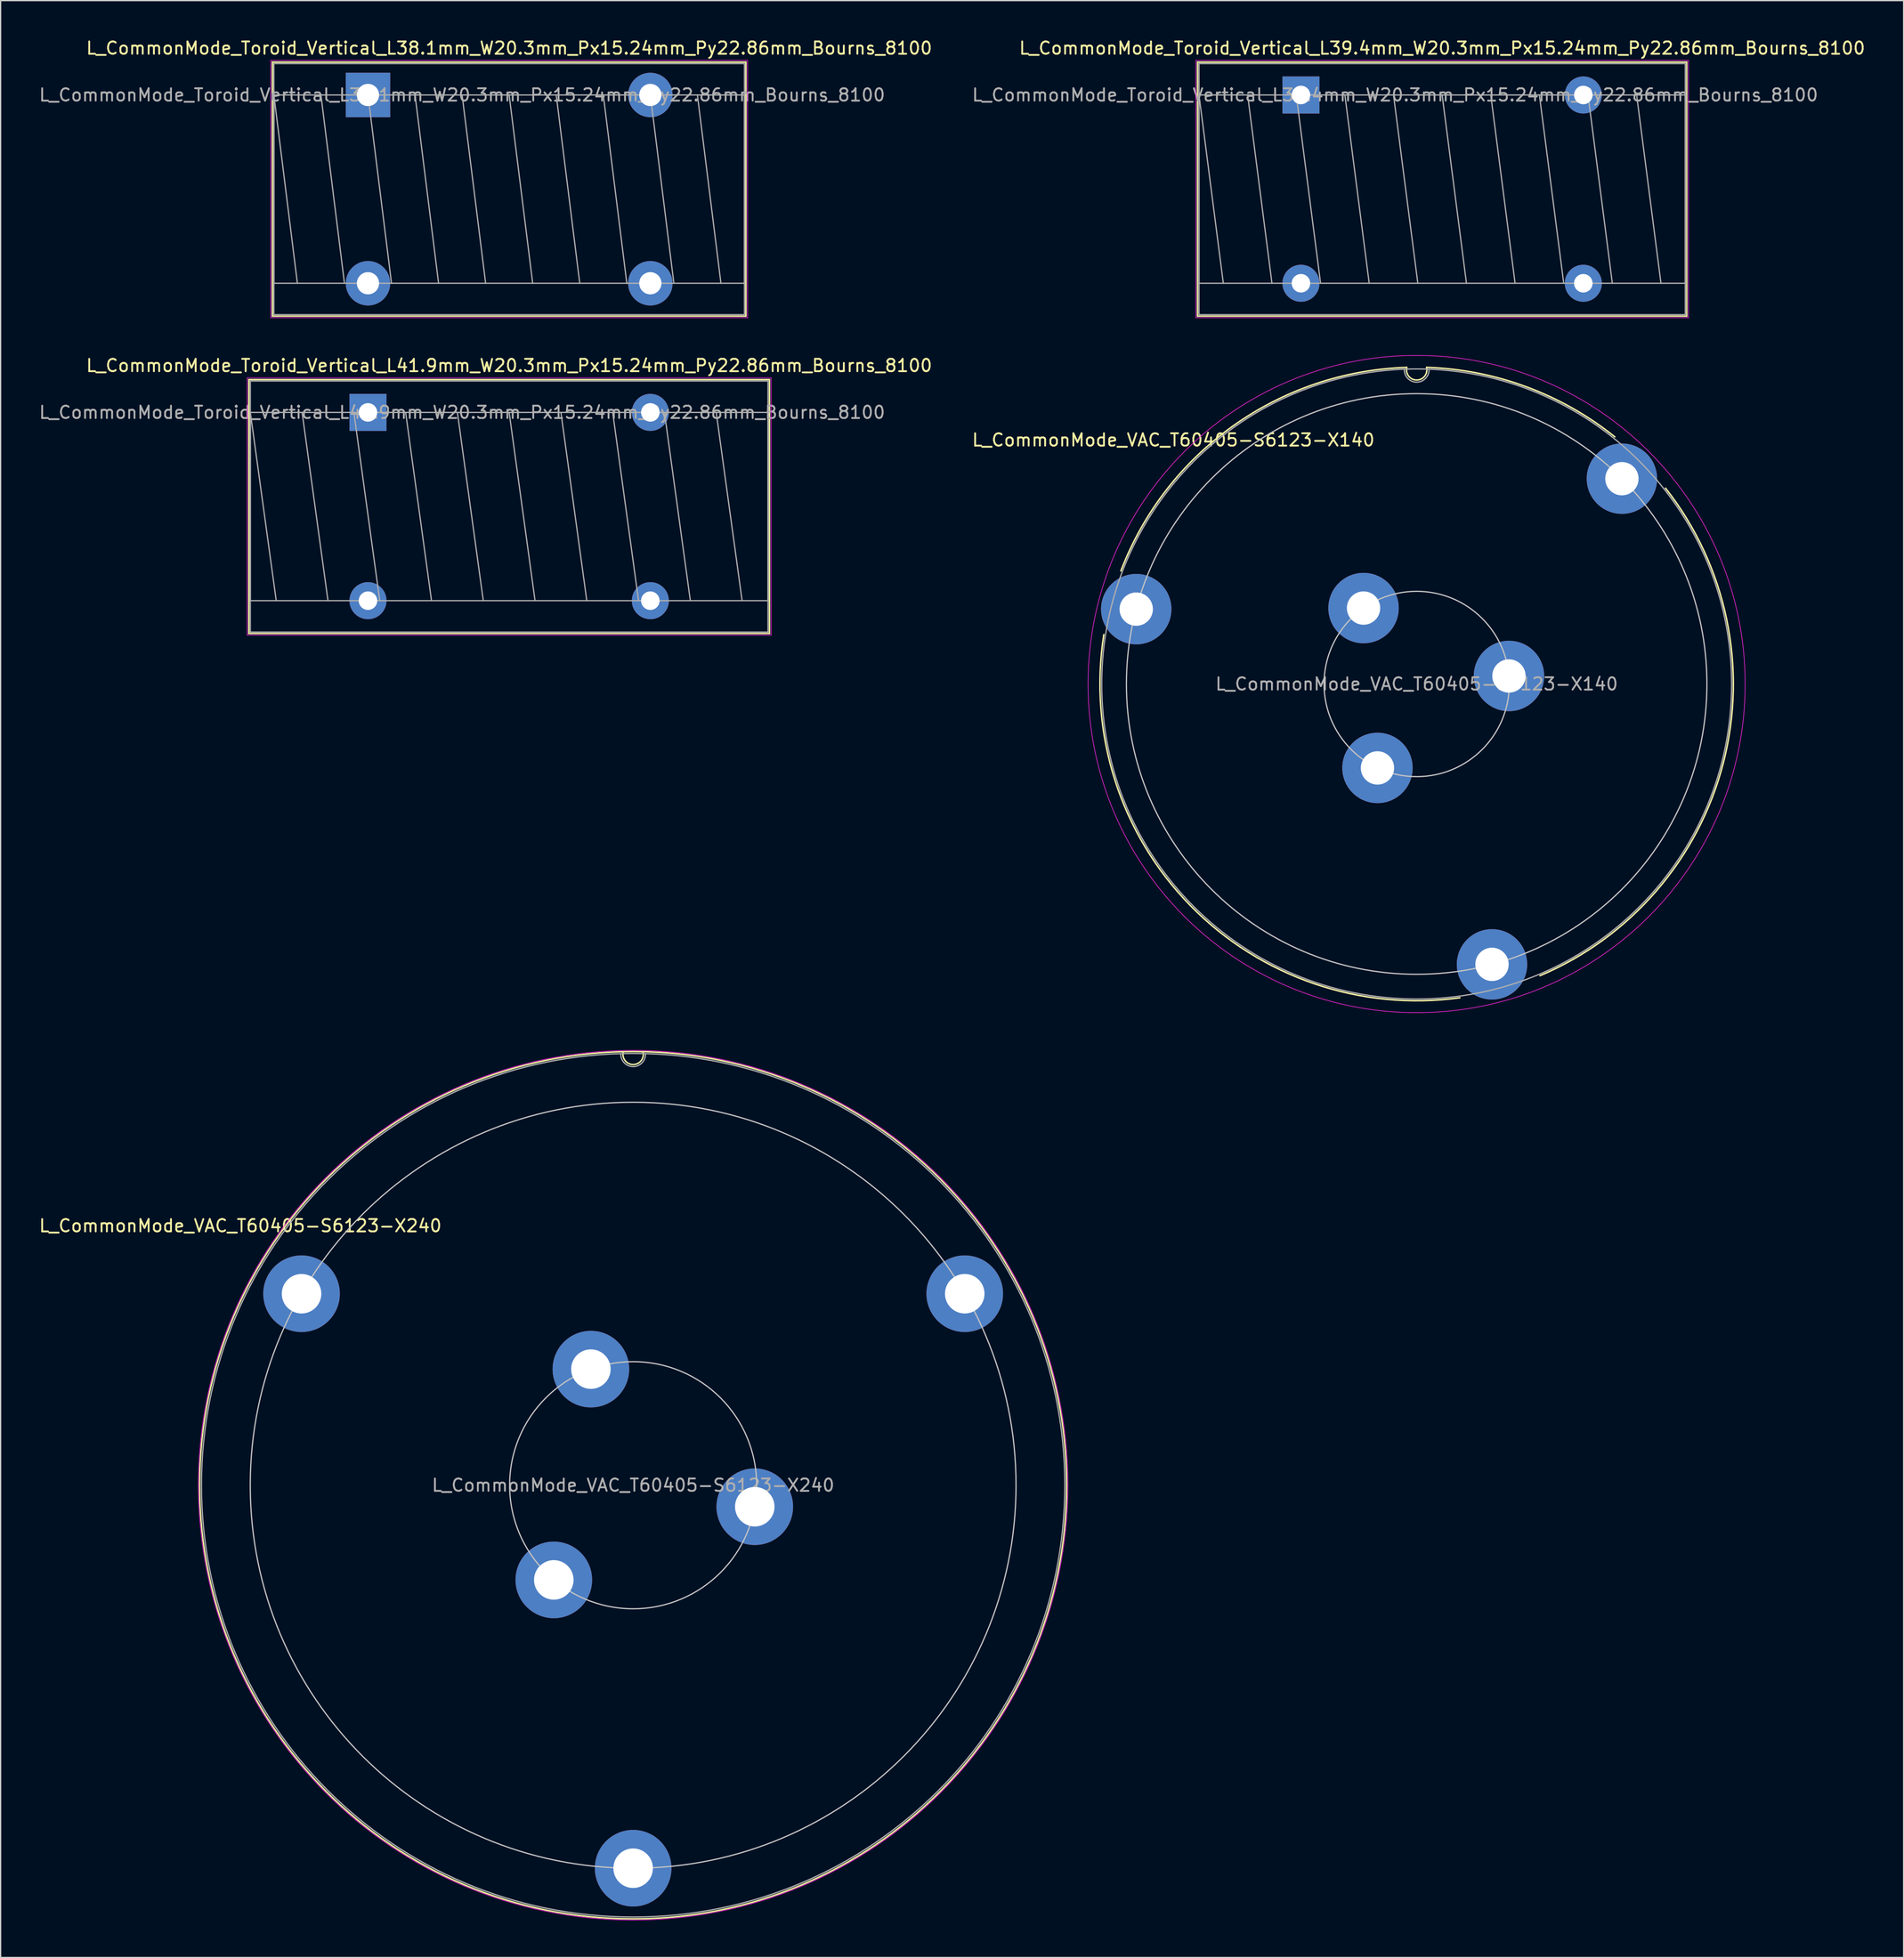
<source format=kicad_pcb>
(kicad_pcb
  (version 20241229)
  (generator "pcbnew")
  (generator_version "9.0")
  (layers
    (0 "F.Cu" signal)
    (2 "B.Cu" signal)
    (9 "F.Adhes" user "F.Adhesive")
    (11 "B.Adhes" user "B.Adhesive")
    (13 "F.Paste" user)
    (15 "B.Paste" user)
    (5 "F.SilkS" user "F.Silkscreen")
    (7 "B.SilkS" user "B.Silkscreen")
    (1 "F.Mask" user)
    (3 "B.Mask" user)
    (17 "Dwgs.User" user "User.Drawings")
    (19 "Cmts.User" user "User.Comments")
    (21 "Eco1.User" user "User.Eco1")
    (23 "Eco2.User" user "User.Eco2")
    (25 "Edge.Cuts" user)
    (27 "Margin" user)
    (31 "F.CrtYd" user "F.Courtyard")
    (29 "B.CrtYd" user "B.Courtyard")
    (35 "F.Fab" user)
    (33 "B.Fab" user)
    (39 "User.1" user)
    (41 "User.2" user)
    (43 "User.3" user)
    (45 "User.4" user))
  (footprint "L_CommonMode_Toroid_Vertical_L38.1mm_W20.3mm_Px15.24mm_Py22.86mm_Bourns_8100"
    (layer "F.Cu")
    (at 26.743 4.638)
    (property "Reference" "L_CommonMode_Toroid_Vertical_L38.1mm_W20.3mm_Px15.24mm_Py22.86mm_Bourns_8100" (at 11.43 -3.79 0) (layer "F.SilkS") (effects (font (size 1 1) (thickness 0.15))))
    (attr through_hole)
    (fp_line (start -7.74 -2.66) (end -7.74 17.9) (stroke (width 0.12) (type solid)) (layer "F.SilkS"))
    (fp_line (start -7.74 -2.66) (end 30.6 -2.66) (stroke (width 0.12) (type solid)) (layer "F.SilkS"))
    (fp_line (start -7.74 17.9) (end 30.6 17.9) (stroke (width 0.12) (type solid)) (layer "F.SilkS"))
    (fp_line (start 30.6 -2.66) (end 30.6 17.9) (stroke (width 0.12) (type solid)) (layer "F.SilkS"))
    (fp_line (start -7.87 -2.8) (end -7.87 18.03) (stroke (width 0.05) (type solid)) (layer "F.CrtYd"))
    (fp_line (start -7.87 18.03) (end 30.73 18.03) (stroke (width 0.05) (type solid)) (layer "F.CrtYd"))
    (fp_line (start 30.73 -2.8) (end -7.87 -2.8) (stroke (width 0.05) (type solid)) (layer "F.CrtYd"))
    (fp_line (start 30.73 18.03) (end 30.73 -2.8) (stroke (width 0.05) (type solid)) (layer "F.CrtYd"))
    (fp_line (start -7.62 -2.54) (end -7.62 17.78) (stroke (width 0.1) (type solid)) (layer "F.Fab"))
    (fp_line (start -7.62 0) (end -7.62 15.24) (stroke (width 0.1) (type solid)) (layer "F.Fab"))
    (fp_line (start -7.62 0) (end -5.715 15.24) (stroke (width 0.1) (type solid)) (layer "F.Fab"))
    (fp_line (start -7.62 15.24) (end 30.48 15.24) (stroke (width 0.1) (type solid)) (layer "F.Fab"))
    (fp_line (start -7.62 17.78) (end 30.48 17.78) (stroke (width 0.1) (type solid)) (layer "F.Fab"))
    (fp_line (start -3.81 0) (end -1.905 15.24) (stroke (width 0.1) (type solid)) (layer "F.Fab"))
    (fp_line (start 0 0) (end 1.905 15.24) (stroke (width 0.1) (type solid)) (layer "F.Fab"))
    (fp_line (start 3.81 0) (end 5.715 15.24) (stroke (width 0.1) (type solid)) (layer "F.Fab"))
    (fp_line (start 7.62 0) (end 9.525 15.24) (stroke (width 0.1) (type solid)) (layer "F.Fab"))
    (fp_line (start 11.43 0) (end 13.335 15.24) (stroke (width 0.1) (type solid)) (layer "F.Fab"))
    (fp_line (start 15.24 0) (end 17.145 15.24) (stroke (width 0.1) (type solid)) (layer "F.Fab"))
    (fp_line (start 19.05 0) (end 20.955 15.24) (stroke (width 0.1) (type solid)) (layer "F.Fab"))
    (fp_line (start 22.86 0) (end 24.765 15.24) (stroke (width 0.1) (type solid)) (layer "F.Fab"))
    (fp_line (start 26.67 0) (end 28.575 15.24) (stroke (width 0.1) (type solid)) (layer "F.Fab"))
    (fp_line (start 30.48 -2.54) (end -7.62 -2.54) (stroke (width 0.1) (type solid)) (layer "F.Fab"))
    (fp_line (start 30.48 0) (end -7.62 0) (stroke (width 0.1) (type solid)) (layer "F.Fab"))
    (fp_line (start 30.48 15.24) (end 30.48 0) (stroke (width 0.1) (type solid)) (layer "F.Fab"))
    (fp_line (start 30.48 17.78) (end 30.48 -2.54) (stroke (width 0.1) (type solid)) (layer "F.Fab"))
    (fp_text user "${REFERENCE}" (at 7.62 0 0) (layer "F.Fab") (effects (font (size 1 1) (thickness 0.15))))
    (pad "1" thru_hole rect (at 0 0) (size 3.6 3.6) (drill 1.8) (layers "*.Cu" "*.Mask"))
    (pad "2" thru_hole circle (at 0 15.24) (size 3.6 3.6) (drill 1.8) (layers "*.Cu" "*.Mask"))
    (pad "3" thru_hole circle (at 22.86 15.24) (size 3.6 3.6) (drill 1.8) (layers "*.Cu" "*.Mask"))
    (pad "4" thru_hole circle (at 22.86 0) (size 3.6 3.6) (drill 1.8) (layers "*.Cu" "*.Mask")))
  (footprint "L_CommonMode_VAC_T60405-S6123-X240"
    (layer "F.Cu")
    (at 21.364 101.668)
    (property "Reference" "L_CommonMode_VAC_T60405-S6123-X240" (at -4.953 -5.5 0) (unlocked yes) (layer "F.SilkS") (effects (font (size 1 1) (thickness 0.15))))
    (attr through_hole)
    (fp_arc (start 27.646929 -19.582912) (mid 26.846929 -18.550244) (end 26.046929 -19.582912) (stroke (width 0.12) (type solid)) (layer "F.SilkS"))
    (fp_circle (center 26.847 15.5) (end 61.947 15.5) (stroke (width 0.12) (type solid)) (fill no) (layer "F.SilkS"))
    (fp_circle (center 26.847 15.5) (end 36.847 15.5) (stroke (width 0.1) (type solid)) (fill no) (layer "Dwgs.User"))
    (fp_circle (center 26.847 15.5) (end 57.847 15.5) (stroke (width 0.1) (type solid)) (fill no) (layer "Dwgs.User"))
    (fp_circle (center 26.847 15.5) (end 62.047 15.5) (stroke (width 0.05) (type solid)) (fill no) (layer "F.CrtYd"))
    (fp_arc (start 27.846929 -19.382912) (mid 26.846929 -18.382912) (end 25.846929 -19.382912) (stroke (width 0.1) (type solid)) (layer "F.Fab"))
    (fp_circle (center 26.847 15.5) (end 61.797 15.5) (stroke (width 0.1) (type solid)) (fill no) (layer "F.Fab"))
    (fp_text user "${REFERENCE}" (at 26.847 15.5 0) (unlocked yes) (layer "F.Fab") (effects (font (size 1 1) (thickness 0.15))))
    (pad "1" thru_hole circle (at 0 0) (size 6.2 6.2) (drill 3.2) (layers "*.Cu" "*.Mask"))
    (pad "2" thru_hole circle (at 20.423 23.163) (size 6.2 6.2) (drill 3.2) (layers "*.Cu" "*.Mask"))
    (pad "3" thru_hole circle (at 26.847 46.5) (size 6.2 6.2) (drill 3.2) (layers "*.Cu" "*.Mask"))
    (pad "4" thru_hole circle (at 36.694 17.24) (size 6.2 6.2) (drill 3.2) (layers "*.Cu" "*.Mask"))
    (pad "5" thru_hole circle (at 53.694 -0.00036) (size 6.2 6.2) (drill 3.2) (layers "*.Cu" "*.Mask"))
    (pad "6" thru_hole circle (at 23.426 6.103) (size 6.2 6.2) (drill 3.2) (layers "*.Cu" "*.Mask")))
  (footprint "L_CommonMode_Toroid_Vertical_L41.9mm_W20.3mm_Px15.24mm_Py22.86mm_Bourns_8100"
    (layer "F.Cu")
    (at 26.743 30.331)
    (property "Reference" "L_CommonMode_Toroid_Vertical_L41.9mm_W20.3mm_Px15.24mm_Py22.86mm_Bourns_8100" (at 11.43 -3.79 0) (layer "F.SilkS") (effects (font (size 1 1) (thickness 0.15))))
    (attr through_hole)
    (fp_line (start -9.645 -2.66) (end -9.645 17.9) (stroke (width 0.12) (type solid)) (layer "F.SilkS"))
    (fp_line (start -9.645 -2.66) (end 32.505 -2.66) (stroke (width 0.12) (type solid)) (layer "F.SilkS"))
    (fp_line (start -9.645 17.9) (end 32.505 17.9) (stroke (width 0.12) (type solid)) (layer "F.SilkS"))
    (fp_line (start 32.505 -2.66) (end 32.505 17.9) (stroke (width 0.12) (type solid)) (layer "F.SilkS"))
    (fp_line (start -9.78 -2.8) (end -9.78 18.03) (stroke (width 0.05) (type solid)) (layer "F.CrtYd"))
    (fp_line (start -9.78 18.03) (end 32.64 18.03) (stroke (width 0.05) (type solid)) (layer "F.CrtYd"))
    (fp_line (start 32.64 -2.8) (end -9.78 -2.8) (stroke (width 0.05) (type solid)) (layer "F.CrtYd"))
    (fp_line (start 32.64 18.03) (end 32.64 -2.8) (stroke (width 0.05) (type solid)) (layer "F.CrtYd"))
    (fp_line (start -9.525 -2.54) (end -9.525 17.78) (stroke (width 0.1) (type solid)) (layer "F.Fab"))
    (fp_line (start -9.525 0) (end -9.525 15.24) (stroke (width 0.1) (type solid)) (layer "F.Fab"))
    (fp_line (start -9.525 0) (end -7.429 15.24) (stroke (width 0.1) (type solid)) (layer "F.Fab"))
    (fp_line (start -9.525 15.24) (end 32.385 15.24) (stroke (width 0.1) (type solid)) (layer "F.Fab"))
    (fp_line (start -9.525 17.78) (end 32.385 17.78) (stroke (width 0.1) (type solid)) (layer "F.Fab"))
    (fp_line (start -5.334 0) (end -3.239 15.24) (stroke (width 0.1) (type solid)) (layer "F.Fab"))
    (fp_line (start -1.143 0) (end 0.953 15.24) (stroke (width 0.1) (type solid)) (layer "F.Fab"))
    (fp_line (start 3.048 0) (end 5.144 15.24) (stroke (width 0.1) (type solid)) (layer "F.Fab"))
    (fp_line (start 7.239 0) (end 9.335 15.24) (stroke (width 0.1) (type solid)) (layer "F.Fab"))
    (fp_line (start 11.43 0) (end 13.525 15.24) (stroke (width 0.1) (type solid)) (layer "F.Fab"))
    (fp_line (start 15.621 0) (end 17.716 15.24) (stroke (width 0.1) (type solid)) (layer "F.Fab"))
    (fp_line (start 19.812 0) (end 21.907 15.24) (stroke (width 0.1) (type solid)) (layer "F.Fab"))
    (fp_line (start 24.003 0) (end 26.099 15.24) (stroke (width 0.1) (type solid)) (layer "F.Fab"))
    (fp_line (start 28.194 0) (end 30.29 15.24) (stroke (width 0.1) (type solid)) (layer "F.Fab"))
    (fp_line (start 32.385 -2.54) (end -9.525 -2.54) (stroke (width 0.1) (type solid)) (layer "F.Fab"))
    (fp_line (start 32.385 0) (end -9.525 0) (stroke (width 0.1) (type solid)) (layer "F.Fab"))
    (fp_line (start 32.385 15.24) (end 32.385 0) (stroke (width 0.1) (type solid)) (layer "F.Fab"))
    (fp_line (start 32.385 17.78) (end 32.385 -2.54) (stroke (width 0.1) (type solid)) (layer "F.Fab"))
    (fp_text user "${REFERENCE}" (at 7.62 0 0) (layer "F.Fab") (effects (font (size 1 1) (thickness 0.15))))
    (pad "1" thru_hole rect (at 0 0) (size 3 3) (drill 1.5) (layers "*.Cu" "*.Mask"))
    (pad "2" thru_hole circle (at 0 15.24) (size 3 3) (drill 1.5) (layers "*.Cu" "*.Mask"))
    (pad "3" thru_hole circle (at 22.86 15.24) (size 3 3) (drill 1.5) (layers "*.Cu" "*.Mask"))
    (pad "4" thru_hole circle (at 22.86 0) (size 3 3) (drill 1.5) (layers "*.Cu" "*.Mask")))
  (footprint "L_CommonMode_VAC_T60405-S6123-X140"
    (layer "F.Cu")
    (at 108.473 59.108)
    (property "Reference" "L_CommonMode_VAC_T60405-S6123-X140" (at -16.526 -26.545 0) (unlocked yes) (layer "F.SilkS") (effects (font (size 1 1) (thickness 0.15))))
    (attr through_hole)
    (fp_arc (start -20.775644 -15.945104) (mid -11.691819 -27.683423) (end 2.374439 -32.420973) (stroke (width 0.12) (type solid)) (layer "F.SilkS"))
    (fp_arc (start 3.974355 -32.423677) (mid 3.174355 -31.395104) (end 2.374355 -32.423677) (stroke (width 0.12) (type solid)) (layer "F.SilkS"))
    (fp_arc (start 3.974355 -32.423677) (mid 12.053064 -30.84988) (end 19.216948 -26.797578) (stroke (width 0.12) (type solid)) (layer "F.SilkS"))
    (fp_arc (start 6.674355 18.604896) (mid -15.133479 11.157072) (end -22.154755 -10.791809) (stroke (width 0.12) (type solid)) (layer "F.SilkS"))
    (fp_arc (start 23.324355 -22.645104) (mid 28.000638 -0.399745) (end 13.158587 16.817604) (stroke (width 0.12) (type solid)) (layer "F.SilkS"))
    (fp_circle (center 3.174 -6.795) (end 10.674 -6.795) (stroke (width 0.1) (type solid)) (fill no) (layer "Dwgs.User"))
    (fp_circle (center 3.174 -6.795) (end 26.674 -6.795) (stroke (width 0.1) (type solid)) (fill no) (layer "Dwgs.User"))
    (fp_circle (center 3.17 -6.79) (end 29.77 -6.79) (stroke (width 0.05) (type solid)) (fill no) (layer "F.CrtYd"))
    (fp_arc (start 4.174355 -32.223677) (mid 3.174355 -31.223677) (end 2.174355 -32.223677) (stroke (width 0.1) (type solid)) (layer "F.Fab"))
    (fp_circle (center 3.174 -6.795) (end 28.674 -6.795) (stroke (width 0.1) (type solid)) (fill no) (layer "F.Fab"))
    (fp_text user "${REFERENCE}" (at 3.174 -6.795 0) (unlocked yes) (layer "F.Fab") (effects (font (size 1 1) (thickness 0.15))))
    (pad "1" thru_hole circle (at 0 0) (size 5.7 5.7) (drill 2.7) (layers "*.Cu" "*.Mask"))
    (pad "2" thru_hole circle (at -19.531 -12.853) (size 5.7 5.7) (drill 2.7) (layers "*.Cu" "*.Mask"))
    (pad "3" thru_hole circle (at -1.127 -12.939) (size 5.7 5.7) (drill 2.7) (layers "*.Cu" "*.Mask"))
    (pad "4" thru_hole circle (at 19.791 -23.412) (size 5.7 5.7) (drill 2.7) (layers "*.Cu" "*.Mask"))
    (pad "5" thru_hole circle (at 10.646 -7.443) (size 5.7 5.7) (drill 2.7) (layers "*.Cu" "*.Mask"))
    (pad "6" thru_hole circle (at 9.273 15.9) (size 5.7 5.7) (drill 2.7) (layers "*.Cu" "*.Mask")))
  (footprint "L_CommonMode_Toroid_Vertical_L39.4mm_W20.3mm_Px15.24mm_Py22.86mm_Bourns_8100"
    (layer "F.Cu")
    (at 102.279 4.638)
    (property "Reference" "L_CommonMode_Toroid_Vertical_L39.4mm_W20.3mm_Px15.24mm_Py22.86mm_Bourns_8100" (at 11.43 -3.79 0) (layer "F.SilkS") (effects (font (size 1 1) (thickness 0.15))))
    (attr through_hole)
    (fp_line (start -8.375 -2.66) (end -8.375 17.9) (stroke (width 0.12) (type solid)) (layer "F.SilkS"))
    (fp_line (start -8.375 -2.66) (end 31.235 -2.66) (stroke (width 0.12) (type solid)) (layer "F.SilkS"))
    (fp_line (start -8.375 17.9) (end 31.235 17.9) (stroke (width 0.12) (type solid)) (layer "F.SilkS"))
    (fp_line (start 31.235 -2.66) (end 31.235 17.9) (stroke (width 0.12) (type solid)) (layer "F.SilkS"))
    (fp_line (start -8.51 -2.8) (end -8.51 18.03) (stroke (width 0.05) (type solid)) (layer "F.CrtYd"))
    (fp_line (start -8.51 18.03) (end 31.37 18.03) (stroke (width 0.05) (type solid)) (layer "F.CrtYd"))
    (fp_line (start 31.37 -2.8) (end -8.51 -2.8) (stroke (width 0.05) (type solid)) (layer "F.CrtYd"))
    (fp_line (start 31.37 18.03) (end 31.37 -2.8) (stroke (width 0.05) (type solid)) (layer "F.CrtYd"))
    (fp_line (start -8.255 -2.54) (end -8.255 17.78) (stroke (width 0.1) (type solid)) (layer "F.Fab"))
    (fp_line (start -8.255 0) (end -8.255 15.24) (stroke (width 0.1) (type solid)) (layer "F.Fab"))
    (fp_line (start -8.255 0) (end -6.287 15.24) (stroke (width 0.1) (type solid)) (layer "F.Fab"))
    (fp_line (start -8.255 15.24) (end 31.115 15.24) (stroke (width 0.1) (type solid)) (layer "F.Fab"))
    (fp_line (start -8.255 17.78) (end 31.115 17.78) (stroke (width 0.1) (type solid)) (layer "F.Fab"))
    (fp_line (start -4.318 0) (end -2.349 15.24) (stroke (width 0.1) (type solid)) (layer "F.Fab"))
    (fp_line (start -0.381 0) (end 1.587 15.24) (stroke (width 0.1) (type solid)) (layer "F.Fab"))
    (fp_line (start 3.556 0) (end 5.524 15.24) (stroke (width 0.1) (type solid)) (layer "F.Fab"))
    (fp_line (start 7.493 0) (end 9.461 15.24) (stroke (width 0.1) (type solid)) (layer "F.Fab"))
    (fp_line (start 11.43 0) (end 13.399 15.24) (stroke (width 0.1) (type solid)) (layer "F.Fab"))
    (fp_line (start 15.367 0) (end 17.335 15.24) (stroke (width 0.1) (type solid)) (layer "F.Fab"))
    (fp_line (start 19.304 0) (end 21.273 15.24) (stroke (width 0.1) (type solid)) (layer "F.Fab"))
    (fp_line (start 23.241 0) (end 25.209 15.24) (stroke (width 0.1) (type solid)) (layer "F.Fab"))
    (fp_line (start 27.178 0) (end 29.146 15.24) (stroke (width 0.1) (type solid)) (layer "F.Fab"))
    (fp_line (start 31.115 -2.54) (end -8.255 -2.54) (stroke (width 0.1) (type solid)) (layer "F.Fab"))
    (fp_line (start 31.115 0) (end -8.255 0) (stroke (width 0.1) (type solid)) (layer "F.Fab"))
    (fp_line (start 31.115 15.24) (end 31.115 0) (stroke (width 0.1) (type solid)) (layer "F.Fab"))
    (fp_line (start 31.115 17.78) (end 31.115 -2.54) (stroke (width 0.1) (type solid)) (layer "F.Fab"))
    (fp_text user "${REFERENCE}" (at 7.62 0 0) (layer "F.Fab") (effects (font (size 1 1) (thickness 0.15))))
    (pad "1" thru_hole rect (at 0 0) (size 3 3) (drill 1.5) (layers "*.Cu" "*.Mask"))
    (pad "2" thru_hole circle (at 0 15.24) (size 3 3) (drill 1.5) (layers "*.Cu" "*.Mask"))
    (pad "3" thru_hole circle (at 22.86 15.24) (size 3 3) (drill 1.5) (layers "*.Cu" "*.Mask"))
    (pad "4" thru_hole circle (at 22.86 0) (size 3 3) (drill 1.5) (layers "*.Cu" "*.Mask")))
  (gr_rect
    (start -3 -3)
    (end 151.072 155.393)
    (stroke (width 0.1) (type default))
    (fill no)
    (layer "Edge.Cuts")))
</source>
